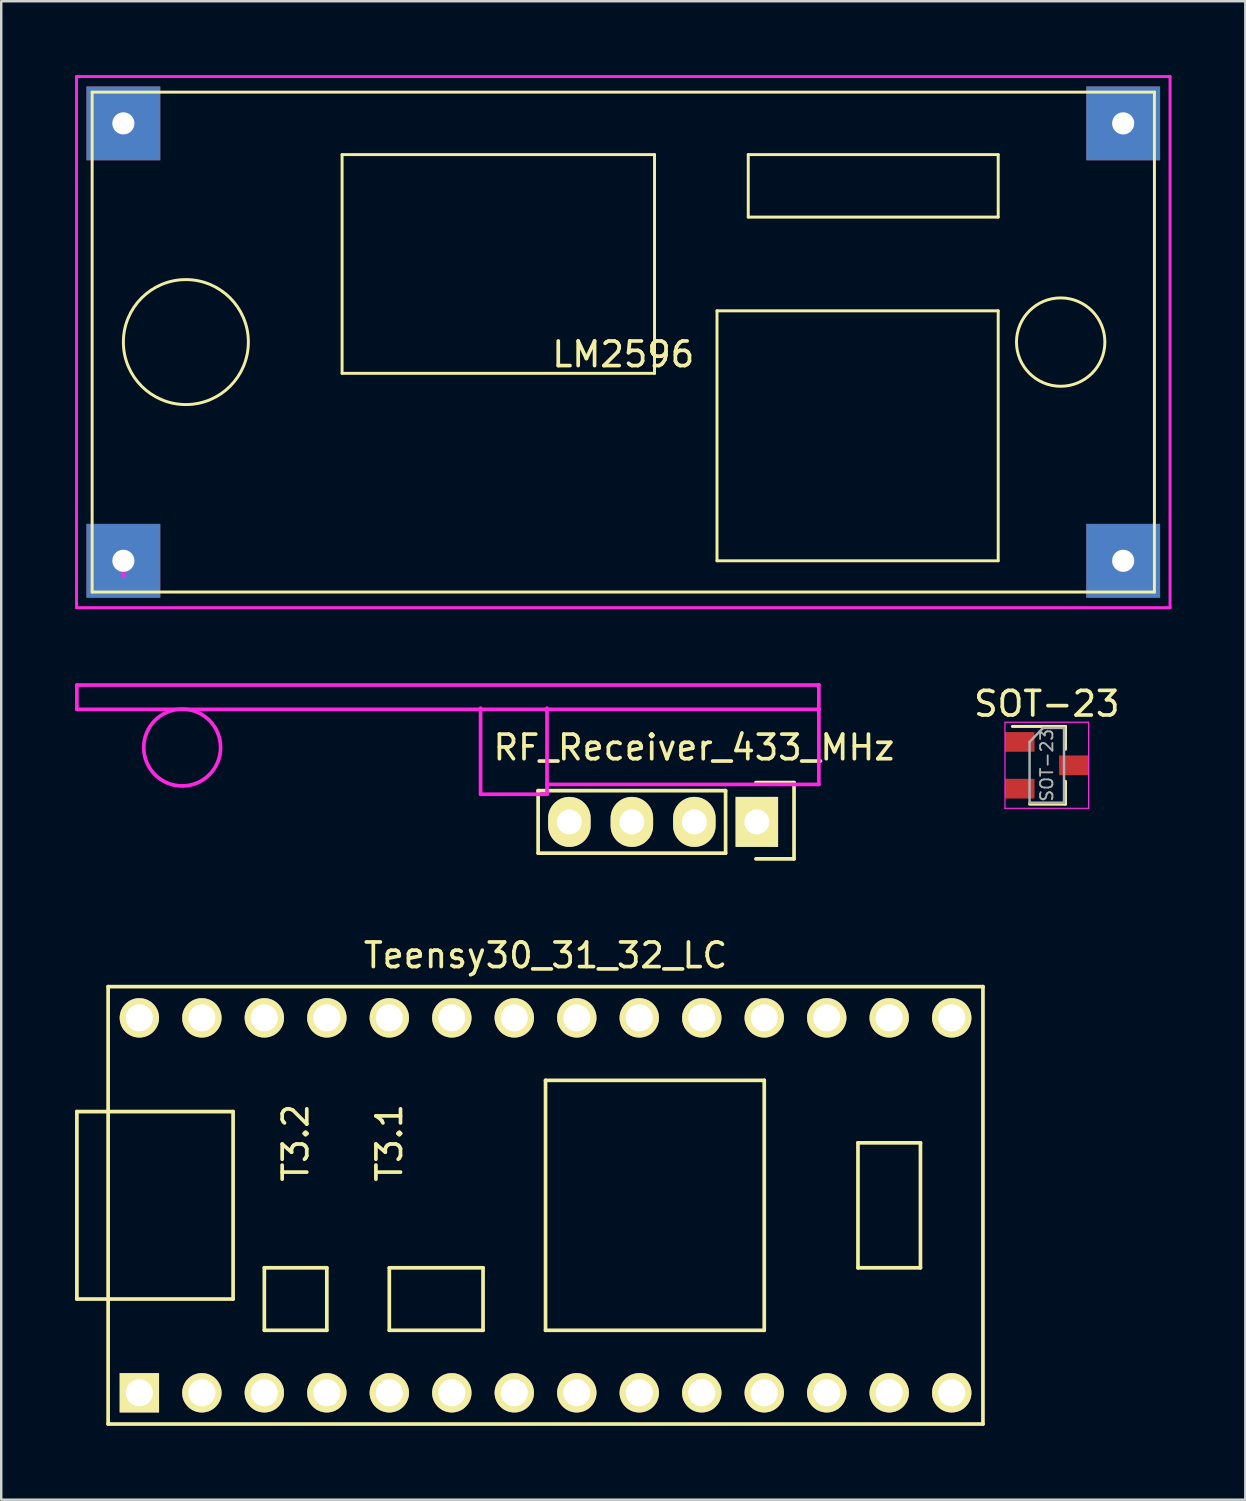
<source format=kicad_pcb>
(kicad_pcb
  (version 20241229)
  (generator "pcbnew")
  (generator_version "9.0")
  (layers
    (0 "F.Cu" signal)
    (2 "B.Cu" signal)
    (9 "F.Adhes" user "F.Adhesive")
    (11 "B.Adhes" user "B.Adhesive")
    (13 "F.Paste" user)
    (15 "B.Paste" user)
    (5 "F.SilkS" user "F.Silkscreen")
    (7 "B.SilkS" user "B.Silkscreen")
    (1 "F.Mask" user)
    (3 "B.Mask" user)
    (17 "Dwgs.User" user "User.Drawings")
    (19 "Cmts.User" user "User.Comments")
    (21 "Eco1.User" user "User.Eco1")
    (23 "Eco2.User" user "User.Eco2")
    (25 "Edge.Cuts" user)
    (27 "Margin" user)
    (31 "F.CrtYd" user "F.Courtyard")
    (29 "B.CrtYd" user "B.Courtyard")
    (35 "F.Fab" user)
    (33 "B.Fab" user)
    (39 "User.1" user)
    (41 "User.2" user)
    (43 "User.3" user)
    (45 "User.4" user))
  (footprint "Teensy30_31_32_LC"
    (layer "F.Cu")
    (at 19.125 45.944)
    (property "Reference" "Teensy30_31_32_LC" (at 0 -10.16 0) (layer "F.SilkS") (effects (font (size 1 1) (thickness 0.15))))
    (attr through_hole)
    (fp_line (start -19.05 -3.81) (end -17.78 -3.81) (stroke (width 0.15) (type solid)) (layer "F.SilkS"))
    (fp_line (start -19.05 3.81) (end -19.05 -3.81) (stroke (width 0.15) (type solid)) (layer "F.SilkS"))
    (fp_line (start -17.78 -8.89) (end 17.78 -8.89) (stroke (width 0.15) (type solid)) (layer "F.SilkS"))
    (fp_line (start -17.78 3.81) (end -19.05 3.81) (stroke (width 0.15) (type solid)) (layer "F.SilkS"))
    (fp_line (start -17.78 8.89) (end -17.78 -8.89) (stroke (width 0.15) (type solid)) (layer "F.SilkS"))
    (fp_line (start -12.7 -3.81) (end -17.78 -3.81) (stroke (width 0.15) (type solid)) (layer "F.SilkS"))
    (fp_line (start -12.7 3.81) (end -17.78 3.81) (stroke (width 0.15) (type solid)) (layer "F.SilkS"))
    (fp_line (start -12.7 3.81) (end -12.7 -3.81) (stroke (width 0.15) (type solid)) (layer "F.SilkS"))
    (fp_line (start -11.43 2.54) (end -11.43 5.08) (stroke (width 0.15) (type solid)) (layer "F.SilkS"))
    (fp_line (start -11.43 5.08) (end -8.89 5.08) (stroke (width 0.15) (type solid)) (layer "F.SilkS"))
    (fp_line (start -8.89 2.54) (end -11.43 2.54) (stroke (width 0.15) (type solid)) (layer "F.SilkS"))
    (fp_line (start -8.89 5.08) (end -8.89 2.54) (stroke (width 0.15) (type solid)) (layer "F.SilkS"))
    (fp_line (start -6.35 2.54) (end -6.35 5.08) (stroke (width 0.15) (type solid)) (layer "F.SilkS"))
    (fp_line (start -6.35 5.08) (end -2.54 5.08) (stroke (width 0.15) (type solid)) (layer "F.SilkS"))
    (fp_line (start -2.54 2.54) (end -6.35 2.54) (stroke (width 0.15) (type solid)) (layer "F.SilkS"))
    (fp_line (start -2.54 5.08) (end -2.54 2.54) (stroke (width 0.15) (type solid)) (layer "F.SilkS"))
    (fp_line (start 0 -5.08) (end 0 5.08) (stroke (width 0.15) (type solid)) (layer "F.SilkS"))
    (fp_line (start 8.89 -5.08) (end 0 -5.08) (stroke (width 0.15) (type solid)) (layer "F.SilkS"))
    (fp_line (start 8.89 5.08) (end 0 5.08) (stroke (width 0.15) (type solid)) (layer "F.SilkS"))
    (fp_line (start 8.89 5.08) (end 8.89 -5.08) (stroke (width 0.15) (type solid)) (layer "F.SilkS"))
    (fp_line (start 12.7 -2.54) (end 15.24 -2.54) (stroke (width 0.15) (type solid)) (layer "F.SilkS"))
    (fp_line (start 12.7 2.54) (end 12.7 -2.54) (stroke (width 0.15) (type solid)) (layer "F.SilkS"))
    (fp_line (start 15.24 -2.54) (end 15.24 2.54) (stroke (width 0.15) (type solid)) (layer "F.SilkS"))
    (fp_line (start 15.24 2.54) (end 12.7 2.54) (stroke (width 0.15) (type solid)) (layer "F.SilkS"))
    (fp_line (start 17.78 -8.89) (end 17.78 8.89) (stroke (width 0.15) (type solid)) (layer "F.SilkS"))
    (fp_line (start 17.78 8.89) (end -17.78 8.89) (stroke (width 0.15) (type solid)) (layer "F.SilkS"))
    (fp_text user "T3.2" (at -10.16 -2.54 90) (layer "F.SilkS") (effects (font (size 1 1) (thickness 0.15))))
    (fp_text user "T3.1" (at -6.35 -2.54 90) (layer "F.SilkS") (effects (font (size 1 1) (thickness 0.15))))
    (pad "1" thru_hole rect (at -16.51 7.62) (size 1.6 1.6) (drill 1.1) (layers "*.Cu" "*.Mask" "F.SilkS"))
    (pad "2" thru_hole circle (at -13.97 7.62) (size 1.6 1.6) (drill 1.1) (layers "*.Cu" "*.Mask" "F.SilkS"))
    (pad "3" thru_hole circle (at -11.43 7.62) (size 1.6 1.6) (drill 1.1) (layers "*.Cu" "*.Mask" "F.SilkS"))
    (pad "4" thru_hole circle (at -8.89 7.62) (size 1.6 1.6) (drill 1.1) (layers "*.Cu" "*.Mask" "F.SilkS"))
    (pad "5" thru_hole circle (at -6.35 7.62) (size 1.6 1.6) (drill 1.1) (layers "*.Cu" "*.Mask" "F.SilkS"))
    (pad "6" thru_hole circle (at -3.81 7.62) (size 1.6 1.6) (drill 1.1) (layers "*.Cu" "*.Mask" "F.SilkS"))
    (pad "7" thru_hole circle (at -1.27 7.62) (size 1.6 1.6) (drill 1.1) (layers "*.Cu" "*.Mask" "F.SilkS"))
    (pad "8" thru_hole circle (at 1.27 7.62) (size 1.6 1.6) (drill 1.1) (layers "*.Cu" "*.Mask" "F.SilkS"))
    (pad "9" thru_hole circle (at 3.81 7.62) (size 1.6 1.6) (drill 1.1) (layers "*.Cu" "*.Mask" "F.SilkS"))
    (pad "10" thru_hole circle (at 6.35 7.62) (size 1.6 1.6) (drill 1.1) (layers "*.Cu" "*.Mask" "F.SilkS"))
    (pad "11" thru_hole circle (at 8.89 7.62) (size 1.6 1.6) (drill 1.1) (layers "*.Cu" "*.Mask" "F.SilkS"))
    (pad "12" thru_hole circle (at 11.43 7.62) (size 1.6 1.6) (drill 1.1) (layers "*.Cu" "*.Mask" "F.SilkS"))
    (pad "13" thru_hole circle (at 13.97 7.62) (size 1.6 1.6) (drill 1.1) (layers "*.Cu" "*.Mask" "F.SilkS"))
    (pad "14" thru_hole circle (at 16.51 7.62) (size 1.6 1.6) (drill 1.1) (layers "*.Cu" "*.Mask" "F.SilkS"))
    (pad "20" thru_hole circle (at 16.51 -7.62) (size 1.6 1.6) (drill 1.1) (layers "*.Cu" "*.Mask" "F.SilkS"))
    (pad "21" thru_hole circle (at 13.97 -7.62) (size 1.6 1.6) (drill 1.1) (layers "*.Cu" "*.Mask" "F.SilkS"))
    (pad "22" thru_hole circle (at 11.43 -7.62) (size 1.6 1.6) (drill 1.1) (layers "*.Cu" "*.Mask" "F.SilkS"))
    (pad "23" thru_hole circle (at 8.89 -7.62) (size 1.6 1.6) (drill 1.1) (layers "*.Cu" "*.Mask" "F.SilkS"))
    (pad "24" thru_hole circle (at 6.35 -7.62) (size 1.6 1.6) (drill 1.1) (layers "*.Cu" "*.Mask" "F.SilkS"))
    (pad "25" thru_hole circle (at 3.81 -7.62) (size 1.6 1.6) (drill 1.1) (layers "*.Cu" "*.Mask" "F.SilkS"))
    (pad "26" thru_hole circle (at 1.27 -7.62) (size 1.6 1.6) (drill 1.1) (layers "*.Cu" "*.Mask" "F.SilkS"))
    (pad "27" thru_hole circle (at -1.27 -7.62) (size 1.6 1.6) (drill 1.1) (layers "*.Cu" "*.Mask" "F.SilkS"))
    (pad "28" thru_hole circle (at -3.81 -7.62) (size 1.6 1.6) (drill 1.1) (layers "*.Cu" "*.Mask" "F.SilkS"))
    (pad "29" thru_hole circle (at -6.35 -7.62) (size 1.6 1.6) (drill 1.1) (layers "*.Cu" "*.Mask" "F.SilkS"))
    (pad "30" thru_hole circle (at -8.89 -7.62) (size 1.6 1.6) (drill 1.1) (layers "*.Cu" "*.Mask" "F.SilkS"))
    (pad "31" thru_hole circle (at -11.43 -7.62) (size 1.6 1.6) (drill 1.1) (layers "*.Cu" "*.Mask" "F.SilkS"))
    (pad "32" thru_hole circle (at -13.97 -7.62) (size 1.6 1.6) (drill 1.1) (layers "*.Cu" "*.Mask" "F.SilkS"))
    (pad "33" thru_hole circle (at -16.51 -7.62) (size 1.6 1.6) (drill 1.1) (layers "*.Cu" "*.Mask" "F.SilkS")))
  (footprint "SOT-23"
    (layer "F.Cu")
    (at 39.5 28.058)
    (property "Reference" "SOT-23" (at 0 -2.5 0) (layer "F.SilkS") (effects (font (size 1 1) (thickness 0.15))))
    (attr smd)
    (fp_line (start 0.76 -1.58) (end -1.4 -1.58) (stroke (width 0.12) (type solid)) (layer "F.SilkS"))
    (fp_line (start 0.76 -1.58) (end 0.76 -0.65) (stroke (width 0.12) (type solid)) (layer "F.SilkS"))
    (fp_line (start 0.76 1.58) (end -0.7 1.58) (stroke (width 0.12) (type solid)) (layer "F.SilkS"))
    (fp_line (start 0.76 1.58) (end 0.76 0.65) (stroke (width 0.12) (type solid)) (layer "F.SilkS"))
    (fp_line (start -1.7 -1.75) (end 1.7 -1.75) (stroke (width 0.05) (type solid)) (layer "F.CrtYd"))
    (fp_line (start -1.7 1.75) (end -1.7 -1.75) (stroke (width 0.05) (type solid)) (layer "F.CrtYd"))
    (fp_line (start 1.7 -1.75) (end 1.7 1.75) (stroke (width 0.05) (type solid)) (layer "F.CrtYd"))
    (fp_line (start 1.7 1.75) (end -1.7 1.75) (stroke (width 0.05) (type solid)) (layer "F.CrtYd"))
    (fp_line (start -0.7 -0.95) (end -0.7 1.5) (stroke (width 0.1) (type solid)) (layer "F.Fab"))
    (fp_line (start -0.7 -0.95) (end -0.15 -1.52) (stroke (width 0.1) (type solid)) (layer "F.Fab"))
    (fp_line (start -0.7 1.52) (end 0.7 1.52) (stroke (width 0.1) (type solid)) (layer "F.Fab"))
    (fp_line (start -0.15 -1.52) (end 0.7 -1.52) (stroke (width 0.1) (type solid)) (layer "F.Fab"))
    (fp_line (start 0.7 -1.52) (end 0.7 1.52) (stroke (width 0.1) (type solid)) (layer "F.Fab"))
    (fp_text user "${REFERENCE}" (at 0 0 90) (layer "F.Fab") (effects (font (size 0.5 0.5) (thickness 0.075))))
    (pad "1" smd rect (at -1.1 -0.95) (size 1.2 0.8) (layers "F.Cu" "F.Mask" "F.Paste"))
    (pad "2" smd rect (at -1.1 0.95) (size 1.2 0.8) (layers "F.Cu" "F.Mask" "F.Paste"))
    (pad "3" smd rect (at 1.1 0) (size 1.2 0.8) (layers "F.Cu" "F.Mask" "F.Paste")))
  (footprint "LM2596"
    (layer "F.Cu")
    (at 22.285 10.855)
    (property "Reference" "LM2596" (at 0 0.5 0) (layer "F.SilkS") (effects (font (size 1 1) (thickness 0.15))))
    (attr through_hole)
    (fp_line (start -21.59 -10.16) (end 21.59 -10.16) (stroke (width 0.12) (type solid)) (layer "F.SilkS"))
    (fp_line (start -21.59 10.16) (end -21.59 -10.16) (stroke (width 0.12) (type solid)) (layer "F.SilkS"))
    (fp_line (start -11.43 -7.62) (end -11.43 1.27) (stroke (width 0.12) (type solid)) (layer "F.SilkS"))
    (fp_line (start -11.43 1.27) (end 1.27 1.27) (stroke (width 0.12) (type solid)) (layer "F.SilkS"))
    (fp_line (start 1.27 -7.62) (end -11.43 -7.62) (stroke (width 0.12) (type solid)) (layer "F.SilkS"))
    (fp_line (start 1.27 1.27) (end 1.27 -7.62) (stroke (width 0.12) (type solid)) (layer "F.SilkS"))
    (fp_line (start 3.81 -1.27) (end 15.24 -1.27) (stroke (width 0.12) (type solid)) (layer "F.SilkS"))
    (fp_line (start 3.81 8.89) (end 3.81 -1.27) (stroke (width 0.12) (type solid)) (layer "F.SilkS"))
    (fp_line (start 5.08 -7.62) (end 5.08 -5.08) (stroke (width 0.12) (type solid)) (layer "F.SilkS"))
    (fp_line (start 5.08 -5.08) (end 15.24 -5.08) (stroke (width 0.12) (type solid)) (layer "F.SilkS"))
    (fp_line (start 15.24 -7.62) (end 5.08 -7.62) (stroke (width 0.12) (type solid)) (layer "F.SilkS"))
    (fp_line (start 15.24 -5.08) (end 15.24 -7.62) (stroke (width 0.12) (type solid)) (layer "F.SilkS"))
    (fp_line (start 15.24 -1.27) (end 15.24 8.89) (stroke (width 0.12) (type solid)) (layer "F.SilkS"))
    (fp_line (start 15.24 8.89) (end 3.81 8.89) (stroke (width 0.12) (type solid)) (layer "F.SilkS"))
    (fp_line (start 21.59 -10.16) (end 21.59 10.16) (stroke (width 0.12) (type solid)) (layer "F.SilkS"))
    (fp_line (start 21.59 10.16) (end -21.59 10.16) (stroke (width 0.12) (type solid)) (layer "F.SilkS"))
    (fp_circle (center -17.78 0) (end -17.78 -2.54) (stroke (width 0.12) (type solid)) (fill no) (layer "F.SilkS"))
    (fp_circle (center 17.78 0) (end 19.05 -1.27) (stroke (width 0.12) (type solid)) (fill no) (layer "F.SilkS"))
    (fp_line (start -22.225 -10.795) (end 22.225 -10.795) (stroke (width 0.12) (type solid)) (layer "F.CrtYd"))
    (fp_line (start -22.225 10.795) (end -22.225 -10.795) (stroke (width 0.12) (type solid)) (layer "F.CrtYd"))
    (fp_line (start -20.32 8.89) (end -20.32 9.525) (stroke (width 0.12) (type solid)) (layer "F.CrtYd"))
    (fp_line (start 22.225 -10.795) (end 22.225 10.795) (stroke (width 0.12) (type solid)) (layer "F.CrtYd"))
    (fp_line (start 22.225 10.795) (end -22.225 10.795) (stroke (width 0.12) (type solid)) (layer "F.CrtYd"))
    (pad "1" thru_hole rect (at -20.32 -8.89) (size 3 3) (drill 0.9) (layers "*.Cu" "*.Mask"))
    (pad "2" thru_hole rect (at -20.32 8.89) (size 3 3) (drill 0.9) (layers "*.Cu" "*.Mask"))
    (pad "3" thru_hole rect (at 20.32 -8.89) (size 3 3) (drill 0.9) (layers "*.Cu" "*.Mask"))
    (pad "4" thru_hole rect (at 20.32 8.89) (size 3 3) (drill 0.9) (layers "*.Cu" "*.Mask")))
  (footprint "RF_Receiver_433_MHz"
    (layer "F.Cu")
    (at 27.695 30.335)
    (property "Reference" "RF_Receiver_433_MHz" (at -2.54 -3 0) (layer "F.SilkS") (effects (font (size 1 1) (thickness 0.15))))
    (attr through_hole)
    (fp_line (start -8.871 -1.246) (end -8.871 1.294) (stroke (width 0.15) (type solid)) (layer "F.SilkS"))
    (fp_line (start -8.871 -1.246) (end -1.251 -1.246) (stroke (width 0.15) (type solid)) (layer "F.SilkS"))
    (fp_line (start -8.871 1.294) (end -1.251 1.294) (stroke (width 0.15) (type solid)) (layer "F.SilkS"))
    (fp_line (start -1.251 1.294) (end -1.251 -1.246) (stroke (width 0.15) (type solid)) (layer "F.SilkS"))
    (fp_line (start -0.019 -1.574) (end 1.531 -1.574) (stroke (width 0.15) (type solid)) (layer "F.SilkS"))
    (fp_line (start 1.531 -1.574) (end 1.531 1.526) (stroke (width 0.15) (type solid)) (layer "F.SilkS"))
    (fp_line (start 1.531 1.526) (end -0.019 1.526) (stroke (width 0.15) (type solid)) (layer "F.SilkS"))
    (fp_line (start -27.62 -5.54) (end -27.62 -4.55) (stroke (width 0.15) (type solid)) (layer "F.CrtYd"))
    (fp_line (start -27.62 -4.55) (end 2.54 -4.55) (stroke (width 0.15) (type solid)) (layer "F.CrtYd"))
    (fp_line (start -11.21 -4.6) (end -11.21 -1.1) (stroke (width 0.15) (type solid)) (layer "F.CrtYd"))
    (fp_line (start -11.21 -1.1) (end -8.51 -1.1) (stroke (width 0.15) (type solid)) (layer "F.CrtYd"))
    (fp_line (start -8.51 -1.1) (end -8.51 -4.6) (stroke (width 0.15) (type solid)) (layer "F.CrtYd"))
    (fp_line (start 2.54 -5.54) (end -27.62 -5.54) (stroke (width 0.15) (type solid)) (layer "F.CrtYd"))
    (fp_line (start 2.54 -4.55) (end 2.54 -5.55) (stroke (width 0.15) (type solid)) (layer "F.CrtYd"))
    (fp_line (start 2.54 -4.55) (end 2.54 -1.5) (stroke (width 0.15) (type solid)) (layer "F.CrtYd"))
    (fp_line (start 2.54 -1.5) (end -8.51 -1.5) (stroke (width 0.15) (type solid)) (layer "F.CrtYd"))
    (fp_circle (center -23.34 -3) (end -22.14 -2) (stroke (width 0.15) (type solid)) (fill no) (layer "F.CrtYd"))
    (pad "1" thru_hole rect (at 0.019 0.024 90) (size 2.032 1.727) (drill 1.016) (layers "*.Cu" "*.Mask" "F.SilkS"))
    (pad "2" thru_hole oval (at -2.521 0.024 90) (size 2.032 1.727) (drill 1.016) (layers "*.Cu" "*.Mask" "F.SilkS"))
    (pad "3" thru_hole oval (at -5.061 0.024 90) (size 2.032 1.727) (drill 1.016) (layers "*.Cu" "*.Mask" "F.SilkS"))
    (pad "4" thru_hole oval (at -7.601 0.024 90) (size 2.032 1.727) (drill 1.016) (layers "*.Cu" "*.Mask" "F.SilkS")))
  (gr_rect
    (start -3 -3)
    (end 47.57 57.909)
    (stroke (width 0.1) (type default))
    (fill no)
    (layer "Edge.Cuts")))
</source>
